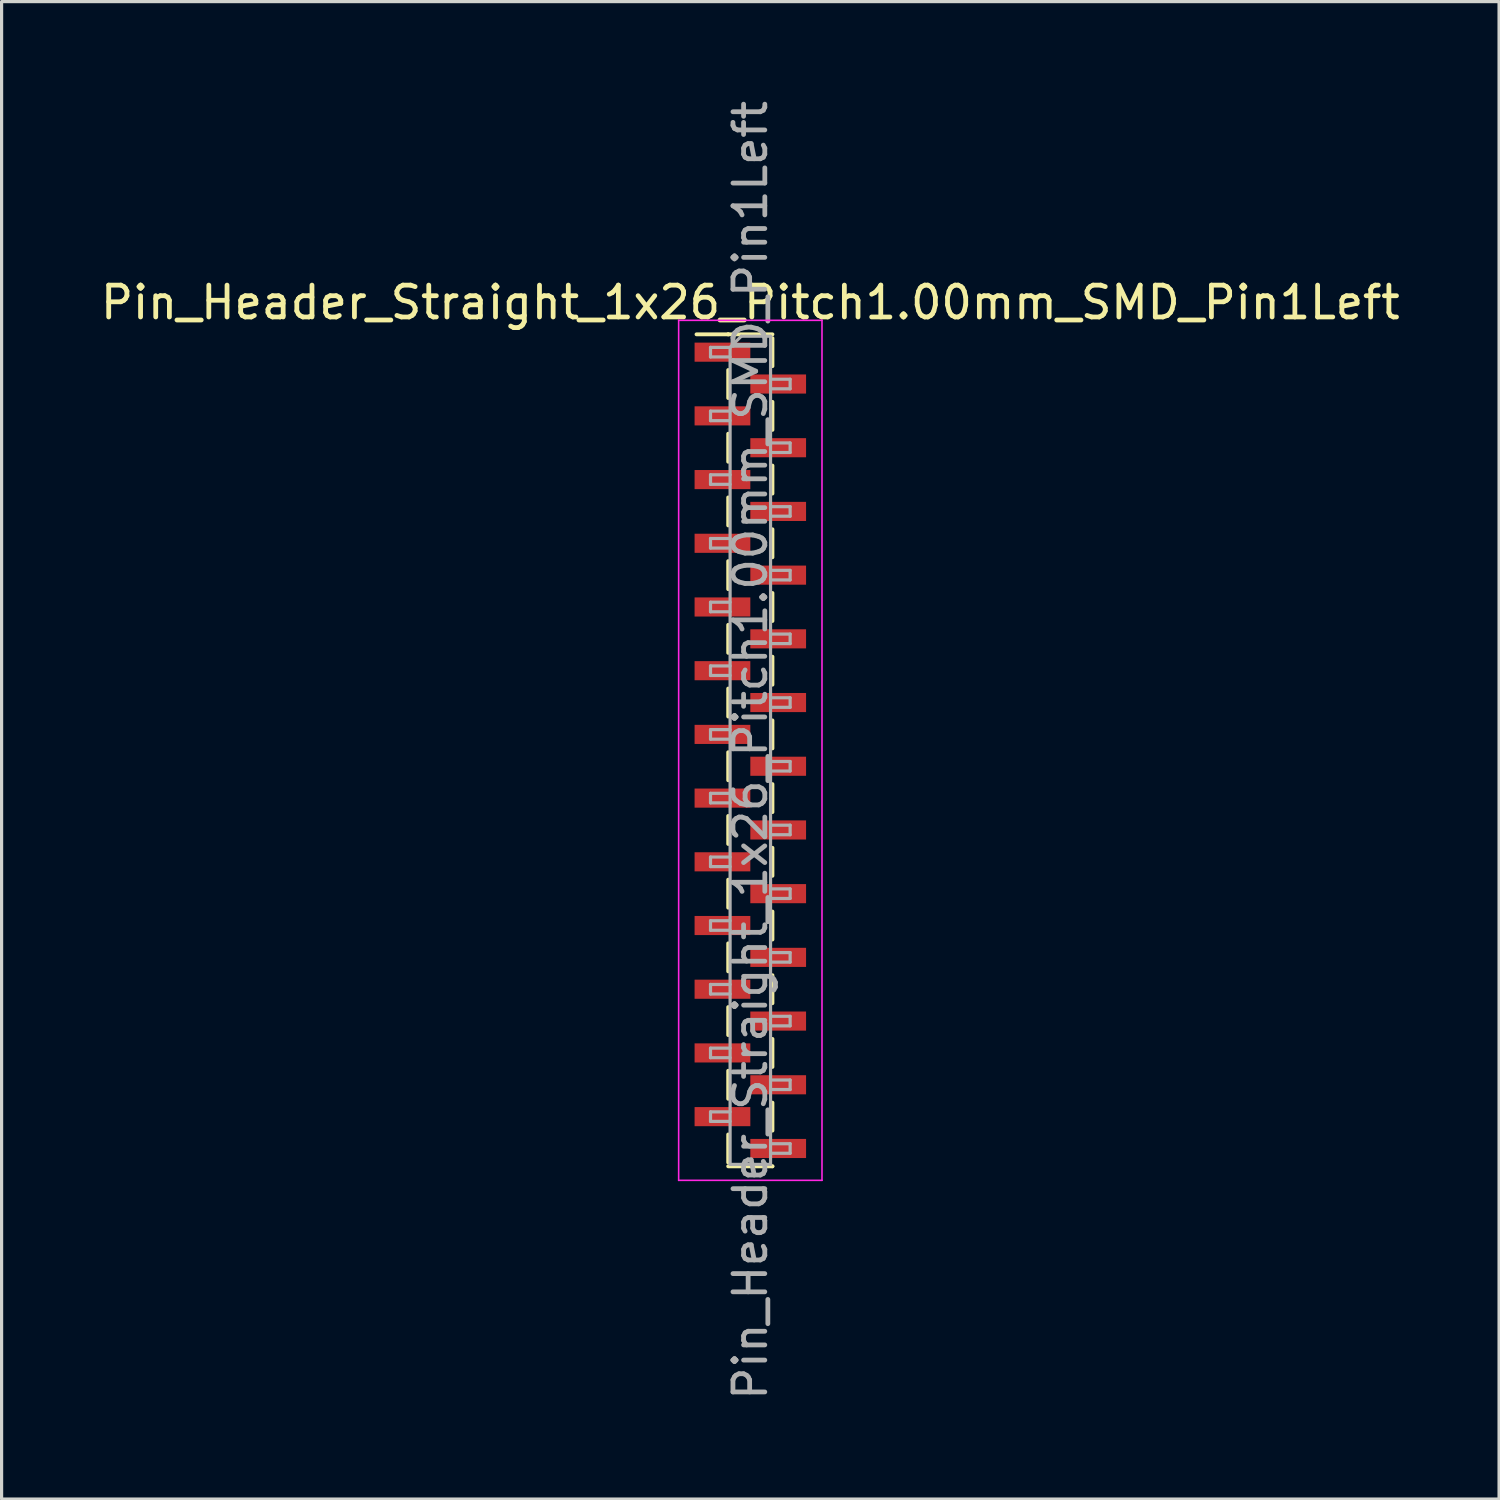
<source format=kicad_pcb>
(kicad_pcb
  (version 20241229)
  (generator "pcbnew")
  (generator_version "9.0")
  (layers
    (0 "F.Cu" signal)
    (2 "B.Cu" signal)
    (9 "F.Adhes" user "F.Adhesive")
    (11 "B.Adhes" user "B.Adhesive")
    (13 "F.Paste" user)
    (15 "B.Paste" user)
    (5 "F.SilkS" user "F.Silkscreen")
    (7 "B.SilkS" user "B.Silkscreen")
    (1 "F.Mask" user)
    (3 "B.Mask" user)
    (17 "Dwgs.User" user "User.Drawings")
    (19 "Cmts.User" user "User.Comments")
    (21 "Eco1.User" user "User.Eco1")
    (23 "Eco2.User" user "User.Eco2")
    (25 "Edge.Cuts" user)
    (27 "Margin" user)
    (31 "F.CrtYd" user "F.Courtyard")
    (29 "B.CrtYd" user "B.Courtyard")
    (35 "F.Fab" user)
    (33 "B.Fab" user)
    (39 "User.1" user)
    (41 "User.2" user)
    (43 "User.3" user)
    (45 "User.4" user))
  (footprint "Pin_Header_Straight_1x26_Pitch1.00mm_SMD_Pin1Left"
    (layer "F.Cu")
    (at 20.506 20.506)
    (property "Reference" "Pin_Header_Straight_1x26_Pitch1.00mm_SMD_Pin1Left" (at 0 -14.06 0) (layer "F.SilkS") (effects (font (size 1 1) (thickness 0.15))))
    (attr smd)
    (fp_line (start -0.695 -13.06) (end -1.69 -13.06) (stroke (width 0.12) (type solid)) (layer "F.SilkS"))
    (fp_line (start -0.695 -13.06) (end -0.695 -13.06) (stroke (width 0.12) (type solid)) (layer "F.SilkS"))
    (fp_line (start -0.695 -13.06) (end 0.695 -13.06) (stroke (width 0.12) (type solid)) (layer "F.SilkS"))
    (fp_line (start -0.695 -11.94) (end -0.695 -11.06) (stroke (width 0.12) (type solid)) (layer "F.SilkS"))
    (fp_line (start -0.695 -9.94) (end -0.695 -9.06) (stroke (width 0.12) (type solid)) (layer "F.SilkS"))
    (fp_line (start -0.695 -7.94) (end -0.695 -7.06) (stroke (width 0.12) (type solid)) (layer "F.SilkS"))
    (fp_line (start -0.695 -5.94) (end -0.695 -5.06) (stroke (width 0.12) (type solid)) (layer "F.SilkS"))
    (fp_line (start -0.695 -3.94) (end -0.695 -3.06) (stroke (width 0.12) (type solid)) (layer "F.SilkS"))
    (fp_line (start -0.695 -1.94) (end -0.695 -1.06) (stroke (width 0.12) (type solid)) (layer "F.SilkS"))
    (fp_line (start -0.695 0.06) (end -0.695 0.94) (stroke (width 0.12) (type solid)) (layer "F.SilkS"))
    (fp_line (start -0.695 2.06) (end -0.695 2.94) (stroke (width 0.12) (type solid)) (layer "F.SilkS"))
    (fp_line (start -0.695 4.06) (end -0.695 4.94) (stroke (width 0.12) (type solid)) (layer "F.SilkS"))
    (fp_line (start -0.695 6.06) (end -0.695 6.94) (stroke (width 0.12) (type solid)) (layer "F.SilkS"))
    (fp_line (start -0.695 8.06) (end -0.695 8.94) (stroke (width 0.12) (type solid)) (layer "F.SilkS"))
    (fp_line (start -0.695 10.06) (end -0.695 10.94) (stroke (width 0.12) (type solid)) (layer "F.SilkS"))
    (fp_line (start -0.695 12.06) (end -0.695 12.94) (stroke (width 0.12) (type solid)) (layer "F.SilkS"))
    (fp_line (start -0.695 13.06) (end 0.695 13.06) (stroke (width 0.12) (type solid)) (layer "F.SilkS"))
    (fp_line (start 0.695 -12.94) (end 0.695 -12.06) (stroke (width 0.12) (type solid)) (layer "F.SilkS"))
    (fp_line (start 0.695 -10.94) (end 0.695 -10.06) (stroke (width 0.12) (type solid)) (layer "F.SilkS"))
    (fp_line (start 0.695 -8.94) (end 0.695 -8.06) (stroke (width 0.12) (type solid)) (layer "F.SilkS"))
    (fp_line (start 0.695 -6.94) (end 0.695 -6.06) (stroke (width 0.12) (type solid)) (layer "F.SilkS"))
    (fp_line (start 0.695 -4.94) (end 0.695 -4.06) (stroke (width 0.12) (type solid)) (layer "F.SilkS"))
    (fp_line (start 0.695 -2.94) (end 0.695 -2.06) (stroke (width 0.12) (type solid)) (layer "F.SilkS"))
    (fp_line (start 0.695 -0.94) (end 0.695 -0.06) (stroke (width 0.12) (type solid)) (layer "F.SilkS"))
    (fp_line (start 0.695 1.06) (end 0.695 1.94) (stroke (width 0.12) (type solid)) (layer "F.SilkS"))
    (fp_line (start 0.695 3.06) (end 0.695 3.94) (stroke (width 0.12) (type solid)) (layer "F.SilkS"))
    (fp_line (start 0.695 5.06) (end 0.695 5.94) (stroke (width 0.12) (type solid)) (layer "F.SilkS"))
    (fp_line (start 0.695 7.06) (end 0.695 7.94) (stroke (width 0.12) (type solid)) (layer "F.SilkS"))
    (fp_line (start 0.695 9.06) (end 0.695 9.94) (stroke (width 0.12) (type solid)) (layer "F.SilkS"))
    (fp_line (start 0.695 11.06) (end 0.695 11.94) (stroke (width 0.12) (type solid)) (layer "F.SilkS"))
    (fp_line (start 0.695 13.06) (end 0.695 13.06) (stroke (width 0.12) (type solid)) (layer "F.SilkS"))
    (fp_line (start -2.25 -13.5) (end -2.25 13.5) (stroke (width 0.05) (type solid)) (layer "F.CrtYd"))
    (fp_line (start -2.25 13.5) (end 2.25 13.5) (stroke (width 0.05) (type solid)) (layer "F.CrtYd"))
    (fp_line (start 2.25 -13.5) (end -2.25 -13.5) (stroke (width 0.05) (type solid)) (layer "F.CrtYd"))
    (fp_line (start 2.25 13.5) (end 2.25 -13.5) (stroke (width 0.05) (type solid)) (layer "F.CrtYd"))
    (fp_line (start -1.25 -12.65) (end -1.25 -12.35) (stroke (width 0.1) (type solid)) (layer "F.Fab"))
    (fp_line (start -1.25 -12.35) (end -0.635 -12.35) (stroke (width 0.1) (type solid)) (layer "F.Fab"))
    (fp_line (start -1.25 -10.65) (end -1.25 -10.35) (stroke (width 0.1) (type solid)) (layer "F.Fab"))
    (fp_line (start -1.25 -10.35) (end -0.635 -10.35) (stroke (width 0.1) (type solid)) (layer "F.Fab"))
    (fp_line (start -1.25 -8.65) (end -1.25 -8.35) (stroke (width 0.1) (type solid)) (layer "F.Fab"))
    (fp_line (start -1.25 -8.35) (end -0.635 -8.35) (stroke (width 0.1) (type solid)) (layer "F.Fab"))
    (fp_line (start -1.25 -6.65) (end -1.25 -6.35) (stroke (width 0.1) (type solid)) (layer "F.Fab"))
    (fp_line (start -1.25 -6.35) (end -0.635 -6.35) (stroke (width 0.1) (type solid)) (layer "F.Fab"))
    (fp_line (start -1.25 -4.65) (end -1.25 -4.35) (stroke (width 0.1) (type solid)) (layer "F.Fab"))
    (fp_line (start -1.25 -4.35) (end -0.635 -4.35) (stroke (width 0.1) (type solid)) (layer "F.Fab"))
    (fp_line (start -1.25 -2.65) (end -1.25 -2.35) (stroke (width 0.1) (type solid)) (layer "F.Fab"))
    (fp_line (start -1.25 -2.35) (end -0.635 -2.35) (stroke (width 0.1) (type solid)) (layer "F.Fab"))
    (fp_line (start -1.25 -0.65) (end -1.25 -0.35) (stroke (width 0.1) (type solid)) (layer "F.Fab"))
    (fp_line (start -1.25 -0.35) (end -0.635 -0.35) (stroke (width 0.1) (type solid)) (layer "F.Fab"))
    (fp_line (start -1.25 1.35) (end -1.25 1.65) (stroke (width 0.1) (type solid)) (layer "F.Fab"))
    (fp_line (start -1.25 1.65) (end -0.635 1.65) (stroke (width 0.1) (type solid)) (layer "F.Fab"))
    (fp_line (start -1.25 3.35) (end -1.25 3.65) (stroke (width 0.1) (type solid)) (layer "F.Fab"))
    (fp_line (start -1.25 3.65) (end -0.635 3.65) (stroke (width 0.1) (type solid)) (layer "F.Fab"))
    (fp_line (start -1.25 5.35) (end -1.25 5.65) (stroke (width 0.1) (type solid)) (layer "F.Fab"))
    (fp_line (start -1.25 5.65) (end -0.635 5.65) (stroke (width 0.1) (type solid)) (layer "F.Fab"))
    (fp_line (start -1.25 7.35) (end -1.25 7.65) (stroke (width 0.1) (type solid)) (layer "F.Fab"))
    (fp_line (start -1.25 7.65) (end -0.635 7.65) (stroke (width 0.1) (type solid)) (layer "F.Fab"))
    (fp_line (start -1.25 9.35) (end -1.25 9.65) (stroke (width 0.1) (type solid)) (layer "F.Fab"))
    (fp_line (start -1.25 9.65) (end -0.635 9.65) (stroke (width 0.1) (type solid)) (layer "F.Fab"))
    (fp_line (start -1.25 11.35) (end -1.25 11.65) (stroke (width 0.1) (type solid)) (layer "F.Fab"))
    (fp_line (start -1.25 11.65) (end -0.635 11.65) (stroke (width 0.1) (type solid)) (layer "F.Fab"))
    (fp_line (start -0.635 -12.65) (end -1.25 -12.65) (stroke (width 0.1) (type solid)) (layer "F.Fab"))
    (fp_line (start -0.635 -12.65) (end -0.285 -13) (stroke (width 0.1) (type solid)) (layer "F.Fab"))
    (fp_line (start -0.635 -10.65) (end -1.25 -10.65) (stroke (width 0.1) (type solid)) (layer "F.Fab"))
    (fp_line (start -0.635 -8.65) (end -1.25 -8.65) (stroke (width 0.1) (type solid)) (layer "F.Fab"))
    (fp_line (start -0.635 -6.65) (end -1.25 -6.65) (stroke (width 0.1) (type solid)) (layer "F.Fab"))
    (fp_line (start -0.635 -4.65) (end -1.25 -4.65) (stroke (width 0.1) (type solid)) (layer "F.Fab"))
    (fp_line (start -0.635 -2.65) (end -1.25 -2.65) (stroke (width 0.1) (type solid)) (layer "F.Fab"))
    (fp_line (start -0.635 -0.65) (end -1.25 -0.65) (stroke (width 0.1) (type solid)) (layer "F.Fab"))
    (fp_line (start -0.635 1.35) (end -1.25 1.35) (stroke (width 0.1) (type solid)) (layer "F.Fab"))
    (fp_line (start -0.635 3.35) (end -1.25 3.35) (stroke (width 0.1) (type solid)) (layer "F.Fab"))
    (fp_line (start -0.635 5.35) (end -1.25 5.35) (stroke (width 0.1) (type solid)) (layer "F.Fab"))
    (fp_line (start -0.635 7.35) (end -1.25 7.35) (stroke (width 0.1) (type solid)) (layer "F.Fab"))
    (fp_line (start -0.635 9.35) (end -1.25 9.35) (stroke (width 0.1) (type solid)) (layer "F.Fab"))
    (fp_line (start -0.635 11.35) (end -1.25 11.35) (stroke (width 0.1) (type solid)) (layer "F.Fab"))
    (fp_line (start -0.635 13) (end -0.635 -12.65) (stroke (width 0.1) (type solid)) (layer "F.Fab"))
    (fp_line (start -0.285 -13) (end 0.635 -13) (stroke (width 0.1) (type solid)) (layer "F.Fab"))
    (fp_line (start 0.635 -13) (end 0.635 13) (stroke (width 0.1) (type solid)) (layer "F.Fab"))
    (fp_line (start 0.635 -11.65) (end 1.25 -11.65) (stroke (width 0.1) (type solid)) (layer "F.Fab"))
    (fp_line (start 0.635 -9.65) (end 1.25 -9.65) (stroke (width 0.1) (type solid)) (layer "F.Fab"))
    (fp_line (start 0.635 -7.65) (end 1.25 -7.65) (stroke (width 0.1) (type solid)) (layer "F.Fab"))
    (fp_line (start 0.635 -5.65) (end 1.25 -5.65) (stroke (width 0.1) (type solid)) (layer "F.Fab"))
    (fp_line (start 0.635 -3.65) (end 1.25 -3.65) (stroke (width 0.1) (type solid)) (layer "F.Fab"))
    (fp_line (start 0.635 -1.65) (end 1.25 -1.65) (stroke (width 0.1) (type solid)) (layer "F.Fab"))
    (fp_line (start 0.635 0.35) (end 1.25 0.35) (stroke (width 0.1) (type solid)) (layer "F.Fab"))
    (fp_line (start 0.635 2.35) (end 1.25 2.35) (stroke (width 0.1) (type solid)) (layer "F.Fab"))
    (fp_line (start 0.635 4.35) (end 1.25 4.35) (stroke (width 0.1) (type solid)) (layer "F.Fab"))
    (fp_line (start 0.635 6.35) (end 1.25 6.35) (stroke (width 0.1) (type solid)) (layer "F.Fab"))
    (fp_line (start 0.635 8.35) (end 1.25 8.35) (stroke (width 0.1) (type solid)) (layer "F.Fab"))
    (fp_line (start 0.635 10.35) (end 1.25 10.35) (stroke (width 0.1) (type solid)) (layer "F.Fab"))
    (fp_line (start 0.635 12.35) (end 1.25 12.35) (stroke (width 0.1) (type solid)) (layer "F.Fab"))
    (fp_line (start 0.635 13) (end -0.635 13) (stroke (width 0.1) (type solid)) (layer "F.Fab"))
    (fp_line (start 1.25 -11.65) (end 1.25 -11.35) (stroke (width 0.1) (type solid)) (layer "F.Fab"))
    (fp_line (start 1.25 -11.35) (end 0.635 -11.35) (stroke (width 0.1) (type solid)) (layer "F.Fab"))
    (fp_line (start 1.25 -9.65) (end 1.25 -9.35) (stroke (width 0.1) (type solid)) (layer "F.Fab"))
    (fp_line (start 1.25 -9.35) (end 0.635 -9.35) (stroke (width 0.1) (type solid)) (layer "F.Fab"))
    (fp_line (start 1.25 -7.65) (end 1.25 -7.35) (stroke (width 0.1) (type solid)) (layer "F.Fab"))
    (fp_line (start 1.25 -7.35) (end 0.635 -7.35) (stroke (width 0.1) (type solid)) (layer "F.Fab"))
    (fp_line (start 1.25 -5.65) (end 1.25 -5.35) (stroke (width 0.1) (type solid)) (layer "F.Fab"))
    (fp_line (start 1.25 -5.35) (end 0.635 -5.35) (stroke (width 0.1) (type solid)) (layer "F.Fab"))
    (fp_line (start 1.25 -3.65) (end 1.25 -3.35) (stroke (width 0.1) (type solid)) (layer "F.Fab"))
    (fp_line (start 1.25 -3.35) (end 0.635 -3.35) (stroke (width 0.1) (type solid)) (layer "F.Fab"))
    (fp_line (start 1.25 -1.65) (end 1.25 -1.35) (stroke (width 0.1) (type solid)) (layer "F.Fab"))
    (fp_line (start 1.25 -1.35) (end 0.635 -1.35) (stroke (width 0.1) (type solid)) (layer "F.Fab"))
    (fp_line (start 1.25 0.35) (end 1.25 0.65) (stroke (width 0.1) (type solid)) (layer "F.Fab"))
    (fp_line (start 1.25 0.65) (end 0.635 0.65) (stroke (width 0.1) (type solid)) (layer "F.Fab"))
    (fp_line (start 1.25 2.35) (end 1.25 2.65) (stroke (width 0.1) (type solid)) (layer "F.Fab"))
    (fp_line (start 1.25 2.65) (end 0.635 2.65) (stroke (width 0.1) (type solid)) (layer "F.Fab"))
    (fp_line (start 1.25 4.35) (end 1.25 4.65) (stroke (width 0.1) (type solid)) (layer "F.Fab"))
    (fp_line (start 1.25 4.65) (end 0.635 4.65) (stroke (width 0.1) (type solid)) (layer "F.Fab"))
    (fp_line (start 1.25 6.35) (end 1.25 6.65) (stroke (width 0.1) (type solid)) (layer "F.Fab"))
    (fp_line (start 1.25 6.65) (end 0.635 6.65) (stroke (width 0.1) (type solid)) (layer "F.Fab"))
    (fp_line (start 1.25 8.35) (end 1.25 8.65) (stroke (width 0.1) (type solid)) (layer "F.Fab"))
    (fp_line (start 1.25 8.65) (end 0.635 8.65) (stroke (width 0.1) (type solid)) (layer "F.Fab"))
    (fp_line (start 1.25 10.35) (end 1.25 10.65) (stroke (width 0.1) (type solid)) (layer "F.Fab"))
    (fp_line (start 1.25 10.65) (end 0.635 10.65) (stroke (width 0.1) (type solid)) (layer "F.Fab"))
    (fp_line (start 1.25 12.35) (end 1.25 12.65) (stroke (width 0.1) (type solid)) (layer "F.Fab"))
    (fp_line (start 1.25 12.65) (end 0.635 12.65) (stroke (width 0.1) (type solid)) (layer "F.Fab"))
    (fp_text user "${REFERENCE}" (at 0 0 90) (layer "F.Fab") (effects (font (size 1 1) (thickness 0.15))))
    (pad "1" smd rect (at -0.875 -12.5) (size 1.75 0.6) (layers "F.Cu" "F.Mask" "F.Paste"))
    (pad "2" smd rect (at 0.875 -11.5) (size 1.75 0.6) (layers "F.Cu" "F.Mask" "F.Paste"))
    (pad "3" smd rect (at -0.875 -10.5) (size 1.75 0.6) (layers "F.Cu" "F.Mask" "F.Paste"))
    (pad "4" smd rect (at 0.875 -9.5) (size 1.75 0.6) (layers "F.Cu" "F.Mask" "F.Paste"))
    (pad "5" smd rect (at -0.875 -8.5) (size 1.75 0.6) (layers "F.Cu" "F.Mask" "F.Paste"))
    (pad "6" smd rect (at 0.875 -7.5) (size 1.75 0.6) (layers "F.Cu" "F.Mask" "F.Paste"))
    (pad "7" smd rect (at -0.875 -6.5) (size 1.75 0.6) (layers "F.Cu" "F.Mask" "F.Paste"))
    (pad "8" smd rect (at 0.875 -5.5) (size 1.75 0.6) (layers "F.Cu" "F.Mask" "F.Paste"))
    (pad "9" smd rect (at -0.875 -4.5) (size 1.75 0.6) (layers "F.Cu" "F.Mask" "F.Paste"))
    (pad "10" smd rect (at 0.875 -3.5) (size 1.75 0.6) (layers "F.Cu" "F.Mask" "F.Paste"))
    (pad "11" smd rect (at -0.875 -2.5) (size 1.75 0.6) (layers "F.Cu" "F.Mask" "F.Paste"))
    (pad "12" smd rect (at 0.875 -1.5) (size 1.75 0.6) (layers "F.Cu" "F.Mask" "F.Paste"))
    (pad "13" smd rect (at -0.875 -0.5) (size 1.75 0.6) (layers "F.Cu" "F.Mask" "F.Paste"))
    (pad "14" smd rect (at 0.875 0.5) (size 1.75 0.6) (layers "F.Cu" "F.Mask" "F.Paste"))
    (pad "15" smd rect (at -0.875 1.5) (size 1.75 0.6) (layers "F.Cu" "F.Mask" "F.Paste"))
    (pad "16" smd rect (at 0.875 2.5) (size 1.75 0.6) (layers "F.Cu" "F.Mask" "F.Paste"))
    (pad "17" smd rect (at -0.875 3.5) (size 1.75 0.6) (layers "F.Cu" "F.Mask" "F.Paste"))
    (pad "18" smd rect (at 0.875 4.5) (size 1.75 0.6) (layers "F.Cu" "F.Mask" "F.Paste"))
    (pad "19" smd rect (at -0.875 5.5) (size 1.75 0.6) (layers "F.Cu" "F.Mask" "F.Paste"))
    (pad "20" smd rect (at 0.875 6.5) (size 1.75 0.6) (layers "F.Cu" "F.Mask" "F.Paste"))
    (pad "21" smd rect (at -0.875 7.5) (size 1.75 0.6) (layers "F.Cu" "F.Mask" "F.Paste"))
    (pad "22" smd rect (at 0.875 8.5) (size 1.75 0.6) (layers "F.Cu" "F.Mask" "F.Paste"))
    (pad "23" smd rect (at -0.875 9.5) (size 1.75 0.6) (layers "F.Cu" "F.Mask" "F.Paste"))
    (pad "24" smd rect (at 0.875 10.5) (size 1.75 0.6) (layers "F.Cu" "F.Mask" "F.Paste"))
    (pad "25" smd rect (at -0.875 11.5) (size 1.75 0.6) (layers "F.Cu" "F.Mask" "F.Paste"))
    (pad "26" smd rect (at 0.875 12.5) (size 1.75 0.6) (layers "F.Cu" "F.Mask" "F.Paste")))
  (gr_rect
    (start -3 -3)
    (end 44.012 44.012)
    (stroke (width 0.1) (type default))
    (fill no)
    (layer "Edge.Cuts")))
</source>
